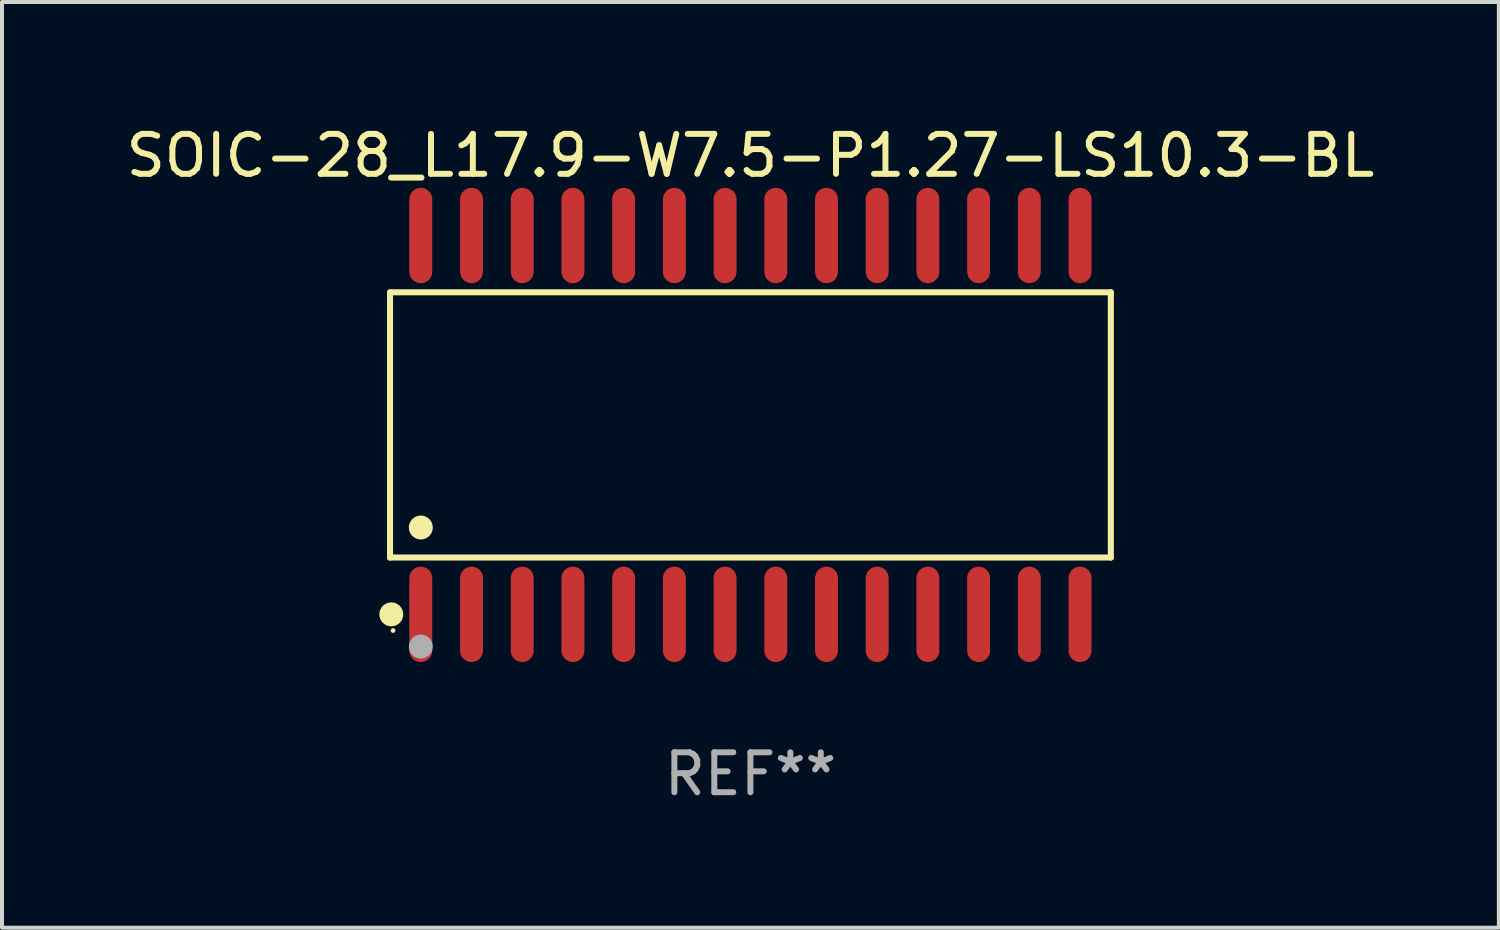
<source format=kicad_pcb>
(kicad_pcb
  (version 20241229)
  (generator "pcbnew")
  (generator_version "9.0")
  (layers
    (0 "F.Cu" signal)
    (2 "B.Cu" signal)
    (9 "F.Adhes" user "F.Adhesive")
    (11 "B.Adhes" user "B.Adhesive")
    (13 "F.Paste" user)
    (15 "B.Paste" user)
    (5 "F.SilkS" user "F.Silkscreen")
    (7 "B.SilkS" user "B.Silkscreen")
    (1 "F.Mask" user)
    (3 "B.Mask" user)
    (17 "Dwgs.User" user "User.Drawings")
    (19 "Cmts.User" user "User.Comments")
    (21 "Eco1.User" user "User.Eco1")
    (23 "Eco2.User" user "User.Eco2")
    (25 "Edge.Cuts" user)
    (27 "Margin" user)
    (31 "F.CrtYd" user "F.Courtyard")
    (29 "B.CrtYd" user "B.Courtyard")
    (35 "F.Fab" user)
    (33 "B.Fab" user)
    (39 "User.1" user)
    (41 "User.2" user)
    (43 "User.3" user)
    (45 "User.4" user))
  (footprint "SOIC-28_L17.9-W7.5-P1.27-LS10.3-BL"
    (layer "F.Cu")
    (at 15.744 7.592)
    (property "Reference" "SOIC-28_L17.9-W7.5-P1.27-LS10.3-BL" (at 0 -6.744 0) (layer "F.SilkS") (effects (font (size 1 1) (thickness 0.15))))
    (attr smd)
    (fp_line (start -9.026 -3.321) (end 9.026 -3.321) (stroke (width 0.152) (type solid)) (layer "F.SilkS"))
    (fp_line (start -9.026 3.321) (end -9.026 -3.321) (stroke (width 0.152) (type solid)) (layer "F.SilkS"))
    (fp_line (start 9.026 -3.321) (end 9.026 3.321) (stroke (width 0.152) (type solid)) (layer "F.SilkS"))
    (fp_line (start 9.026 3.321) (end -9.026 3.321) (stroke (width 0.152) (type solid)) (layer "F.SilkS"))
    (fp_circle (center -8.994 4.744) (end -8.844 4.744) (stroke (width 0.3) (type solid)) (fill no) (layer "F.SilkS"))
    (fp_circle (center -8.95 5.15) (end -8.92 5.15) (stroke (width 0.06) (type solid)) (fill no) (layer "F.SilkS"))
    (fp_circle (center -8.255 2.569) (end -8.105 2.569) (stroke (width 0.3) (type solid)) (fill no) (layer "F.SilkS"))
    (fp_circle (center -8.255 5.55) (end -8.105 5.55) (stroke (width 0.3) (type solid)) (fill no) (layer "F.Fab"))
    (fp_text user "REF**" (at 0 8.744 0) (layer "F.Fab") (effects (font (size 1 1) (thickness 0.15))))
    (pad "1" smd oval (at -8.255 4.744) (size 0.574 2.388) (layers "F.Cu" "F.Mask" "F.Paste"))
    (pad "2" smd oval (at -6.985 4.744) (size 0.574 2.388) (layers "F.Cu" "F.Mask" "F.Paste"))
    (pad "3" smd oval (at -5.715 4.744) (size 0.574 2.388) (layers "F.Cu" "F.Mask" "F.Paste"))
    (pad "4" smd oval (at -4.445 4.744) (size 0.574 2.388) (layers "F.Cu" "F.Mask" "F.Paste"))
    (pad "5" smd oval (at -3.175 4.744) (size 0.574 2.388) (layers "F.Cu" "F.Mask" "F.Paste"))
    (pad "6" smd oval (at -1.905 4.744) (size 0.574 2.388) (layers "F.Cu" "F.Mask" "F.Paste"))
    (pad "7" smd oval (at -0.635 4.744) (size 0.574 2.388) (layers "F.Cu" "F.Mask" "F.Paste"))
    (pad "8" smd oval (at 0.635 4.744) (size 0.574 2.388) (layers "F.Cu" "F.Mask" "F.Paste"))
    (pad "9" smd oval (at 1.905 4.744) (size 0.574 2.388) (layers "F.Cu" "F.Mask" "F.Paste"))
    (pad "10" smd oval (at 3.175 4.744) (size 0.574 2.388) (layers "F.Cu" "F.Mask" "F.Paste"))
    (pad "11" smd oval (at 4.445 4.744) (size 0.574 2.388) (layers "F.Cu" "F.Mask" "F.Paste"))
    (pad "12" smd oval (at 5.715 4.744) (size 0.574 2.388) (layers "F.Cu" "F.Mask" "F.Paste"))
    (pad "13" smd oval (at 6.985 4.744) (size 0.574 2.388) (layers "F.Cu" "F.Mask" "F.Paste"))
    (pad "14" smd oval (at 8.255 4.744) (size 0.574 2.388) (layers "F.Cu" "F.Mask" "F.Paste"))
    (pad "15" smd oval (at 8.255 -4.744) (size 0.574 2.388) (layers "F.Cu" "F.Mask" "F.Paste"))
    (pad "16" smd oval (at 6.985 -4.744) (size 0.574 2.388) (layers "F.Cu" "F.Mask" "F.Paste"))
    (pad "17" smd oval (at 5.715 -4.744) (size 0.574 2.388) (layers "F.Cu" "F.Mask" "F.Paste"))
    (pad "18" smd oval (at 4.445 -4.744) (size 0.574 2.388) (layers "F.Cu" "F.Mask" "F.Paste"))
    (pad "19" smd oval (at 3.175 -4.744) (size 0.574 2.388) (layers "F.Cu" "F.Mask" "F.Paste"))
    (pad "20" smd oval (at 1.905 -4.744) (size 0.574 2.388) (layers "F.Cu" "F.Mask" "F.Paste"))
    (pad "21" smd oval (at 0.635 -4.744) (size 0.574 2.388) (layers "F.Cu" "F.Mask" "F.Paste"))
    (pad "22" smd oval (at -0.635 -4.744) (size 0.574 2.388) (layers "F.Cu" "F.Mask" "F.Paste"))
    (pad "23" smd oval (at -1.905 -4.744) (size 0.574 2.388) (layers "F.Cu" "F.Mask" "F.Paste"))
    (pad "24" smd oval (at -3.175 -4.744) (size 0.574 2.388) (layers "F.Cu" "F.Mask" "F.Paste"))
    (pad "25" smd oval (at -4.445 -4.744) (size 0.574 2.388) (layers "F.Cu" "F.Mask" "F.Paste"))
    (pad "26" smd oval (at -5.715 -4.744) (size 0.574 2.388) (layers "F.Cu" "F.Mask" "F.Paste"))
    (pad "27" smd oval (at -6.985 -4.744) (size 0.574 2.388) (layers "F.Cu" "F.Mask" "F.Paste"))
    (pad "28" smd oval (at -8.255 -4.744) (size 0.574 2.388) (layers "F.Cu" "F.Mask" "F.Paste")))
  (gr_rect
    (start -3 -3)
    (end 34.488 20.184)
    (stroke (width 0.1) (type default))
    (fill no)
    (layer "Edge.Cuts")))
</source>
